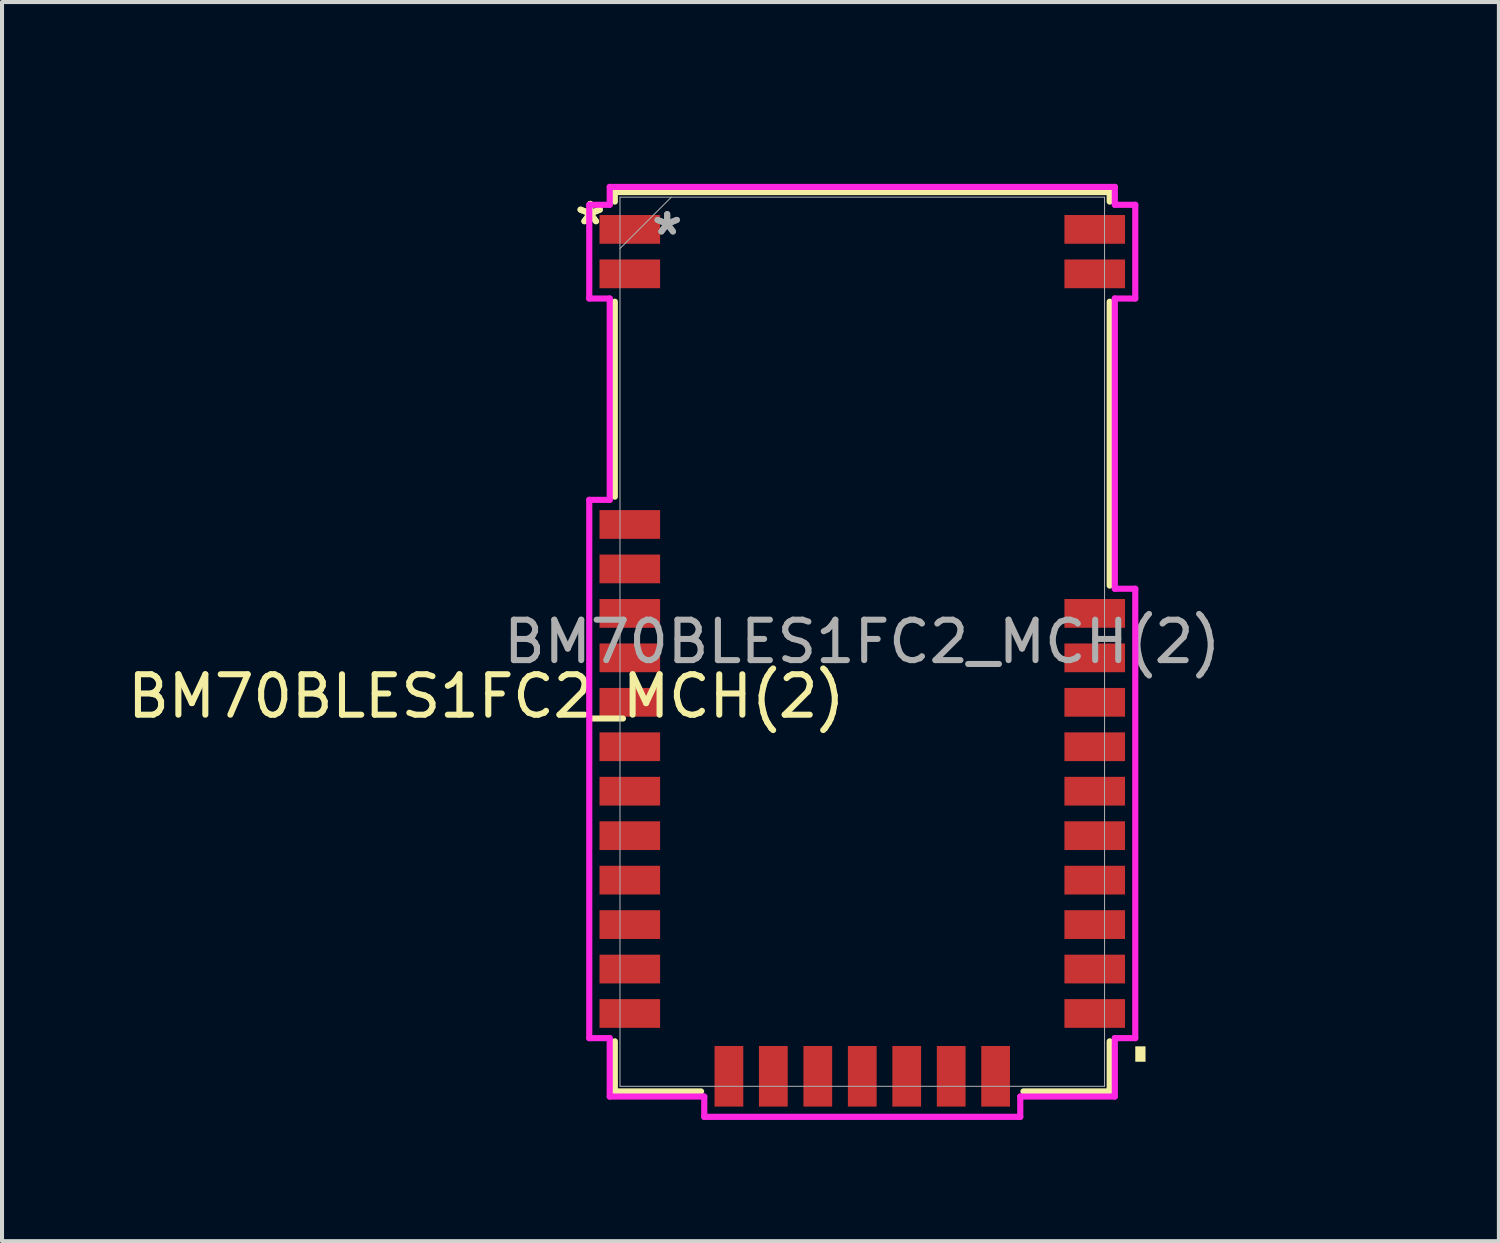
<source format=kicad_pcb>
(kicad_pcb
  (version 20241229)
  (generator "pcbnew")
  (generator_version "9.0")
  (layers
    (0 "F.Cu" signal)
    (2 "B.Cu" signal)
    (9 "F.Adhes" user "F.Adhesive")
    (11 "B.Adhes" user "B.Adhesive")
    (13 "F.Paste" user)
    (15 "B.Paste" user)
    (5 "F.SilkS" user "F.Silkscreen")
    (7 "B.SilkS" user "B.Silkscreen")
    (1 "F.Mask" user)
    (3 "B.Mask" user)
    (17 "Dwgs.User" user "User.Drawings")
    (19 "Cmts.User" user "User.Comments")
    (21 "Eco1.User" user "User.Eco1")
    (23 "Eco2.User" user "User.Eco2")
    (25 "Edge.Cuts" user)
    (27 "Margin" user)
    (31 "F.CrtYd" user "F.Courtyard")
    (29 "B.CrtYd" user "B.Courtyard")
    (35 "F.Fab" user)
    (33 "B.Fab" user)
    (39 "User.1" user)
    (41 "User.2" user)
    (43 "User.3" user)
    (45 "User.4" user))
  (footprint "BM70BLES1FC2_MCH(2)"
    (layer "F.Cu")
    (at 18.282 12.826)
    (property "Reference" "BM70BLES1FC2_MCH(2)" (at -9.3 1.35 0) (unlocked yes) (layer "F.SilkS") (effects (font (size 1 1) (thickness 0.15))))
    (attr smd)
    (fp_line (start -6.121 -11.125) (end 6.121 -11.125) (stroke (width 0.152) (type solid)) (layer "F.SilkS"))
    (fp_line (start -6.121 -10.889) (end -6.121 -11.125) (stroke (width 0.152) (type solid)) (layer "F.SilkS"))
    (fp_line (start -6.121 -3.589) (end -6.121 -8.412) (stroke (width 0.152) (type solid)) (layer "F.SilkS"))
    (fp_line (start -6.121 11.125) (end -6.121 9.886) (stroke (width 0.152) (type solid)) (layer "F.SilkS"))
    (fp_line (start -3.988 11.125) (end -6.121 11.125) (stroke (width 0.152) (type solid)) (layer "F.SilkS"))
    (fp_line (start 6.121 -11.125) (end 6.121 -10.889) (stroke (width 0.152) (type solid)) (layer "F.SilkS"))
    (fp_line (start 6.121 -8.412) (end 6.121 -1.389) (stroke (width 0.152) (type solid)) (layer "F.SilkS"))
    (fp_line (start 6.121 9.886) (end 6.121 11.125) (stroke (width 0.152) (type solid)) (layer "F.SilkS"))
    (fp_line (start 6.121 11.125) (end 3.988 11.125) (stroke (width 0.152) (type solid)) (layer "F.SilkS"))
    (fp_poly (pts (xy 7.008 10.01) (xy 7.008 10.391) (xy 6.754 10.391) (xy 6.754 10.01)) (stroke (width 0) (type solid)) (fill yes) (layer "F.SilkS"))
    (fp_poly (pts (xy -3.495 -0.003) (xy -1.844 -0.003) (xy -1.844 -1.603) (xy -3.495 -1.603)) (stroke (width 0.1) (type solid)) (fill no) (layer "Eco2.User"))
    (fp_poly (pts (xy 0.907 -0.704) (xy 2.507 -0.704) (xy 2.507 -2.202) (xy 0.907 -2.202)) (stroke (width 0.1) (type solid)) (fill no) (layer "Eco2.User"))
    (fp_poly (pts (xy 2.012 -3.802) (xy 5.999 -3.802) (xy 5.999 -7.003) (xy 2.012 -7.003)) (stroke (width 0.1) (type solid)) (fill no) (layer "Eco2.User"))
    (fp_poly (pts (xy 3.607 6.896) (xy 5.004 6.896) (xy 5.004 5.499) (xy 3.607 5.499)) (stroke (width 0.1) (type solid)) (fill no) (layer "Eco2.User"))
    (fp_line (start -6.754 -10.81) (end -6.754 -8.491) (stroke (width 0.152) (type solid)) (layer "F.CrtYd"))
    (fp_line (start -6.754 -8.491) (end -6.248 -8.491) (stroke (width 0.152) (type solid)) (layer "F.CrtYd"))
    (fp_line (start -6.754 -3.51) (end -6.754 9.807) (stroke (width 0.152) (type solid)) (layer "F.CrtYd"))
    (fp_line (start -6.754 9.807) (end -6.248 9.807) (stroke (width 0.152) (type solid)) (layer "F.CrtYd"))
    (fp_line (start -6.248 -11.252) (end -6.248 -10.81) (stroke (width 0.152) (type solid)) (layer "F.CrtYd"))
    (fp_line (start -6.248 -10.81) (end -6.754 -10.81) (stroke (width 0.152) (type solid)) (layer "F.CrtYd"))
    (fp_line (start -6.248 -8.491) (end -6.248 -3.51) (stroke (width 0.152) (type solid)) (layer "F.CrtYd"))
    (fp_line (start -6.248 -3.51) (end -6.754 -3.51) (stroke (width 0.152) (type solid)) (layer "F.CrtYd"))
    (fp_line (start -6.248 9.807) (end -6.248 11.252) (stroke (width 0.152) (type solid)) (layer "F.CrtYd"))
    (fp_line (start -6.248 11.252) (end -3.909 11.252) (stroke (width 0.152) (type solid)) (layer "F.CrtYd"))
    (fp_line (start -3.909 11.252) (end -3.909 11.754) (stroke (width 0.152) (type solid)) (layer "F.CrtYd"))
    (fp_line (start -3.909 11.754) (end 3.909 11.754) (stroke (width 0.152) (type solid)) (layer "F.CrtYd"))
    (fp_line (start 3.909 11.252) (end 6.248 11.252) (stroke (width 0.152) (type solid)) (layer "F.CrtYd"))
    (fp_line (start 3.909 11.754) (end 3.909 11.252) (stroke (width 0.152) (type solid)) (layer "F.CrtYd"))
    (fp_line (start 6.248 -11.252) (end -6.248 -11.252) (stroke (width 0.152) (type solid)) (layer "F.CrtYd"))
    (fp_line (start 6.248 -10.81) (end 6.248 -11.252) (stroke (width 0.152) (type solid)) (layer "F.CrtYd"))
    (fp_line (start 6.248 -8.491) (end 6.754 -8.491) (stroke (width 0.152) (type solid)) (layer "F.CrtYd"))
    (fp_line (start 6.248 -1.311) (end 6.248 -8.491) (stroke (width 0.152) (type solid)) (layer "F.CrtYd"))
    (fp_line (start 6.248 9.807) (end 6.754 9.807) (stroke (width 0.152) (type solid)) (layer "F.CrtYd"))
    (fp_line (start 6.248 11.252) (end 6.248 9.807) (stroke (width 0.152) (type solid)) (layer "F.CrtYd"))
    (fp_line (start 6.754 -10.81) (end 6.248 -10.81) (stroke (width 0.152) (type solid)) (layer "F.CrtYd"))
    (fp_line (start 6.754 -8.491) (end 6.754 -10.81) (stroke (width 0.152) (type solid)) (layer "F.CrtYd"))
    (fp_line (start 6.754 -1.311) (end 6.248 -1.311) (stroke (width 0.152) (type solid)) (layer "F.CrtYd"))
    (fp_line (start 6.754 9.807) (end 6.754 -1.311) (stroke (width 0.152) (type solid)) (layer "F.CrtYd"))
    (fp_line (start -5.994 -10.998) (end -5.994 10.998) (stroke (width 0.025) (type solid)) (layer "F.Fab"))
    (fp_line (start -5.994 -9.728) (end -4.724 -10.998) (stroke (width 0.025) (type solid)) (layer "F.Fab"))
    (fp_line (start -5.994 10.998) (end 5.994 10.998) (stroke (width 0.025) (type solid)) (layer "F.Fab"))
    (fp_line (start 5.994 -10.998) (end -5.994 -10.998) (stroke (width 0.025) (type solid)) (layer "F.Fab"))
    (fp_line (start 5.994 10.998) (end 5.994 -10.998) (stroke (width 0.025) (type solid)) (layer "F.Fab"))
    (fp_text user "*" (at -6.731 -10.287 0) (unlocked yes) (layer "F.SilkS") (effects (font (size 1 1) (thickness 0.15))))
    (fp_text user "*" (at -6.731 -10.287 0) (layer "F.SilkS") (effects (font (size 1 1) (thickness 0.15))))
    (fp_text user "${REFERENCE}" (at 0 0 0) (unlocked yes) (layer "F.Fab") (effects (font (size 1 1) (thickness 0.15))))
    (fp_text user "*" (at -4.826 -10.033 0) (layer "F.Fab") (effects (font (size 1 1) (thickness 0.15))))
    (fp_text user "*" (at -4.826 -10.033 0) (unlocked yes) (layer "F.Fab") (effects (font (size 1 1) (thickness 0.15))))
    (pad "1" smd rect (at -5.751 -10.201 90) (size 0.711 1.499) (layers "F.Cu" "F.Mask" "F.Paste"))
    (pad "2" smd rect (at -5.751 -9.101 90) (size 0.711 1.499) (layers "F.Cu" "F.Mask" "F.Paste"))
    (pad "3" smd rect (at -5.751 -2.901 90) (size 0.711 1.499) (layers "F.Cu" "F.Mask" "F.Paste"))
    (pad "4" smd rect (at -5.751 -1.801 90) (size 0.711 1.499) (layers "F.Cu" "F.Mask" "F.Paste"))
    (pad "5" smd rect (at -5.751 -0.701 90) (size 0.711 1.499) (layers "F.Cu" "F.Mask" "F.Paste"))
    (pad "6" smd rect (at -5.751 0.399 90) (size 0.711 1.499) (layers "F.Cu" "F.Mask" "F.Paste"))
    (pad "7" smd rect (at -5.751 1.499 90) (size 0.711 1.499) (layers "F.Cu" "F.Mask" "F.Paste"))
    (pad "8" smd rect (at -5.751 2.598 90) (size 0.711 1.499) (layers "F.Cu" "F.Mask" "F.Paste"))
    (pad "9" smd rect (at -5.751 3.698 90) (size 0.711 1.499) (layers "F.Cu" "F.Mask" "F.Paste"))
    (pad "10" smd rect (at -5.751 4.798 90) (size 0.711 1.499) (layers "F.Cu" "F.Mask" "F.Paste"))
    (pad "11" smd rect (at -5.751 5.898 90) (size 0.711 1.499) (layers "F.Cu" "F.Mask" "F.Paste"))
    (pad "12" smd rect (at -5.751 6.998 90) (size 0.711 1.499) (layers "F.Cu" "F.Mask" "F.Paste"))
    (pad "13" smd rect (at -5.751 8.098 90) (size 0.711 1.499) (layers "F.Cu" "F.Mask" "F.Paste"))
    (pad "14" smd rect (at -5.751 9.197 90) (size 0.711 1.499) (layers "F.Cu" "F.Mask" "F.Paste"))
    (pad "15" smd rect (at -3.299 10.751) (size 0.711 1.499) (layers "F.Cu" "F.Mask" "F.Paste"))
    (pad "16" smd rect (at -2.2 10.751) (size 0.711 1.499) (layers "F.Cu" "F.Mask" "F.Paste"))
    (pad "17" smd rect (at -1.1 10.751) (size 0.711 1.499) (layers "F.Cu" "F.Mask" "F.Paste"))
    (pad "18" smd rect (at 0 10.751) (size 0.711 1.499) (layers "F.Cu" "F.Mask" "F.Paste"))
    (pad "19" smd rect (at 1.1 10.751) (size 0.711 1.499) (layers "F.Cu" "F.Mask" "F.Paste"))
    (pad "20" smd rect (at 2.2 10.751) (size 0.711 1.499) (layers "F.Cu" "F.Mask" "F.Paste"))
    (pad "21" smd rect (at 3.299 10.751) (size 0.711 1.499) (layers "F.Cu" "F.Mask" "F.Paste"))
    (pad "22" smd rect (at 5.751 9.197 90) (size 0.711 1.499) (layers "F.Cu" "F.Mask" "F.Paste"))
    (pad "23" smd rect (at 5.751 8.098 90) (size 0.711 1.499) (layers "F.Cu" "F.Mask" "F.Paste"))
    (pad "24" smd rect (at 5.751 6.998 90) (size 0.711 1.499) (layers "F.Cu" "F.Mask" "F.Paste"))
    (pad "25" smd rect (at 5.751 5.898 90) (size 0.711 1.499) (layers "F.Cu" "F.Mask" "F.Paste"))
    (pad "26" smd rect (at 5.751 4.798 90) (size 0.711 1.499) (layers "F.Cu" "F.Mask" "F.Paste"))
    (pad "27" smd rect (at 5.751 3.698 90) (size 0.711 1.499) (layers "F.Cu" "F.Mask" "F.Paste"))
    (pad "28" smd rect (at 5.751 2.598 90) (size 0.711 1.499) (layers "F.Cu" "F.Mask" "F.Paste"))
    (pad "29" smd rect (at 5.751 1.499 90) (size 0.711 1.499) (layers "F.Cu" "F.Mask" "F.Paste"))
    (pad "30" smd rect (at 5.751 0.399 90) (size 0.711 1.499) (layers "F.Cu" "F.Mask" "F.Paste"))
    (pad "31" smd rect (at 5.751 -0.701 90) (size 0.711 1.499) (layers "F.Cu" "F.Mask" "F.Paste"))
    (pad "32" smd rect (at 5.751 -9.101 90) (size 0.711 1.499) (layers "F.Cu" "F.Mask" "F.Paste"))
    (pad "33" smd rect (at 5.751 -10.201 90) (size 0.711 1.499) (layers "F.Cu" "F.Mask" "F.Paste"))
    (zone (net_name "") (layers "F.Cu" "B.Cu") (hatch edge 0.5) (connect_pads) (min_thickness 0.25) (filled_areas_thickness no) (keepout (tracks not_allowed) (vias not_allowed) (pads not_allowed) (copperpour allowed) (footprints allowed)) (placement (enabled no)) (fill) (polygon (pts (xy 10.677 5.115) (xy 10.712 5.13) (xy 10.727 5.165) (xy 10.727 9.696) (xy 10.712 9.731) (xy 10.677 9.746) (xy 6.617 9.746) (xy 6.582 9.731) (xy 6.567 9.696) (xy 6.567 5.165) (xy 6.582 5.13) (xy 6.617 5.115))))
    (zone (net_name "") (layers "F.Cu" "B.Cu") (hatch edge 0.5) (connect_pads) (min_thickness 0.25) (filled_areas_thickness no) (keepout (tracks not_allowed) (vias not_allowed) (pads not_allowed) (copperpour allowed) (footprints allowed)) (placement (enabled no)) (fill) (polygon (pts (xy 21.187 10.236) (xy 21.223 10.251) (xy 21.237 10.286) (xy 21.237 12.826) (xy 21.223 12.861) (xy 21.187 12.876) (xy 13.382 12.876) (xy 13.347 12.861) (xy 13.332 12.826) (xy 13.332 10.286) (xy 13.347 10.251) (xy 13.382 10.236))))
    (zone (net_name "") (layers "F.Cu" "B.Cu") (hatch edge 0.5) (connect_pads) (min_thickness 0.25) (filled_areas_thickness no) (keepout (tracks not_allowed) (vias not_allowed) (pads not_allowed) (copperpour allowed) (footprints allowed)) (placement (enabled no)) (fill) (polygon (pts (xy 21.223 4.86) (xy 21.258 4.874) (xy 21.273 4.91) (xy 21.273 10.286) (xy 21.258 10.321) (xy 21.223 10.336) (xy 10.662 10.336) (xy 10.627 10.321) (xy 10.612 10.286) (xy 10.612 4.91) (xy 10.627 4.874) (xy 10.662 4.86))))
    (zone (net_name "") (layers "F.Cu" "B.Cu") (hatch edge 0.5) (connect_pads) (min_thickness 0.25) (filled_areas_thickness no) (keepout (tracks not_allowed) (vias not_allowed) (pads not_allowed) (copperpour allowed) (footprints allowed)) (placement (enabled no)) (fill) (polygon (pts (xy 22.813 6.435) (xy 22.848 6.45) (xy 22.863 6.485) (xy 22.863 12.826) (xy 22.848 12.861) (xy 22.813 12.876) (xy 21.237 12.876) (xy 21.202 12.861) (xy 21.187 12.826) (xy 21.187 6.485) (xy 21.202 6.45) (xy 21.237 6.435))))
    (zone (net_name "") (layers "F.Cu" "B.Cu") (hatch edge 0.5) (connect_pads) (min_thickness 0.25) (filled_areas_thickness no) (keepout (tracks not_allowed) (vias not_allowed) (pads not_allowed) (copperpour allowed) (footprints allowed)) (placement (enabled no)) (fill) (polygon (pts (xy 25.902 10.236) (xy 25.937 10.251) (xy 25.952 10.286) (xy 25.952 12.864) (xy 25.937 12.826) (xy 25.902 12.826) (xy 23.362 12.826) (xy 23.263 12.826) (xy 23.248 12.864) (xy 23.248 10.286) (xy 23.263 10.251) (xy 23.298 10.236))))
    (zone (net_name "") (layers "F.Cu" "B.Cu") (hatch edge 0.5) (connect_pads) (min_thickness 0.25) (filled_areas_thickness no) (keepout (tracks not_allowed) (vias not_allowed) (pads not_allowed) (copperpour allowed) (footprints allowed)) (placement (enabled no)) (fill) (polygon (pts (xy 30.982 4.86) (xy 31.017 4.874) (xy 31.032 4.91) (xy 31.032 10.286) (xy 31.017 10.321) (xy 30.982 10.336) (xy 22.863 10.336) (xy 22.827 10.321) (xy 22.813 10.286) (xy 22.813 4.91) (xy 22.827 4.874) (xy 22.863 4.86))))
    (zone (net_name "") (layer "F.Cu") (hatch edge 0.5) (connect_pads) (min_thickness 0.25) (filled_areas_thickness no) (keepout (tracks not_allowed) (vias not_allowed) (pads not_allowed) (copperpour allowed) (footprints allowed)) (placement (enabled no)) (fill) (polygon (pts (xy 11.732 0) (xy 11.768 0.015) (xy 11.782 0.05) (xy 11.782 5.13) (xy 11.768 5.165) (xy 11.732 5.18) (xy 6.652 5.18) (xy 6.617 5.165) (xy 6.602 5.13) (xy 6.602 0.05) (xy 6.617 0.015) (xy 6.652 0))))
    (zone (net_name "") (layer "F.Cu") (hatch edge 0.5) (connect_pads) (min_thickness 0.25) (filled_areas_thickness no) (keepout (tracks not_allowed) (vias not_allowed) (pads not_allowed) (copperpour allowed) (footprints allowed)) (placement (enabled no)) (fill) (polygon (pts (xy 14.322 2.27) (xy 14.358 2.284) (xy 14.372 2.32) (xy 14.372 4.86) (xy 14.358 4.895) (xy 14.322 4.91) (xy 11.782 4.91) (xy 11.747 4.895) (xy 11.732 4.86) (xy 11.732 2.32) (xy 11.747 2.284) (xy 11.782 2.27))))
    (zone (net_name "") (layer "F.Cu") (hatch edge 0.5) (connect_pads) (min_thickness 0.25) (filled_areas_thickness no) (keepout (tracks not_allowed) (vias not_allowed) (pads not_allowed) (copperpour allowed) (footprints allowed)) (placement (enabled no)) (fill) (polygon (pts (xy 25.403 2.27) (xy 25.438 2.284) (xy 25.453 2.32) (xy 25.453 4.86) (xy 25.438 4.895) (xy 25.403 4.91) (xy 22.863 4.91) (xy 22.827 4.895) (xy 22.813 4.86) (xy 22.813 2.32) (xy 22.827 2.284) (xy 22.863 2.27))))
    (zone (net_name "") (layer "F.Cu") (hatch edge 0.5) (connect_pads) (min_thickness 0.25) (filled_areas_thickness no) (keepout (tracks not_allowed) (vias not_allowed) (pads not_allowed) (copperpour allowed) (footprints allowed)) (placement (enabled no)) (fill) (polygon (pts (xy 30.568 0.041) (xy 30.603 0.055) (xy 30.618 0.091) (xy 30.618 5.171) (xy 30.603 5.206) (xy 30.568 5.221) (xy 25.488 5.221) (xy 25.453 5.206) (xy 25.438 5.171) (xy 25.438 0.091) (xy 25.453 0.055) (xy 25.488 0.041))))
    (zone (net_name "") (layer "B.Cu") (hatch edge 0.5) (connect_pads) (min_thickness 0.25) (filled_areas_thickness no) (keepout (tracks not_allowed) (vias not_allowed) (pads not_allowed) (copperpour allowed) (footprints allowed)) (placement (enabled no)) (fill) (polygon (pts (xy 10.677 9.696) (xy 10.712 9.711) (xy 10.727 9.746) (xy 10.727 10.374) (xy 10.712 10.41) (xy 10.677 10.424) (xy 8.122 10.424) (xy 8.087 10.41) (xy 5.532 10.374) (xy 5.532 9.746) (xy 8.087 9.711) (xy 8.122 9.696))))
    (zone (net_name "") (layer "B.Cu") (hatch edge 0.5) (connect_pads) (min_thickness 0.25) (filled_areas_thickness no) (keepout (tracks not_allowed) (vias not_allowed) (pads not_allowed) (copperpour allowed) (footprints allowed)) (placement (enabled no)) (fill) (polygon (pts (xy 22.813 4.86) (xy 22.848 4.874) (xy 22.863 4.91) (xy 22.863 6.45) (xy 22.848 6.485) (xy 22.813 6.5) (xy 21.273 6.5) (xy 21.237 6.485) (xy 21.223 6.45) (xy 21.223 4.91) (xy 21.237 4.874) (xy 21.273 4.86)))))
  (gr_rect
    (start -3 -3)
    (end 34.032 27.656)
    (stroke (width 0.1) (type default))
    (fill no)
    (layer "Edge.Cuts")))
</source>
